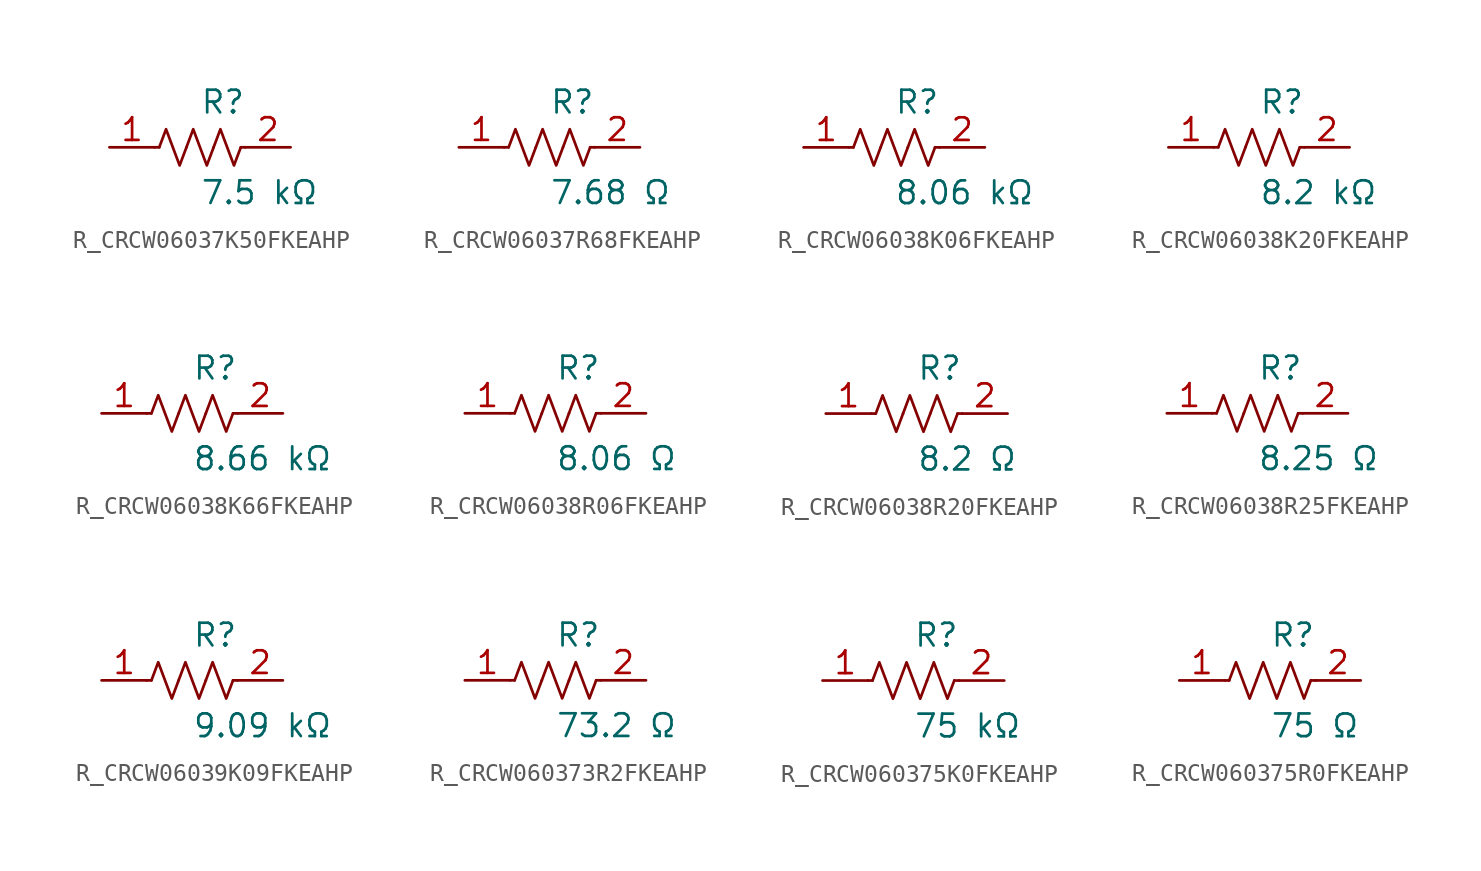
<source format=kicad_sym>
(kicad_symbol_lib
  (version 20231120)
  (generator kicad_symbol_editor)
  (generator_version 8.0)
  (symbol "R_CRCW06037K50FKEAHP"
    (pin_names
      (offset 0.254))
    (property "Reference" "R"
      (at 0.0 2.54 0)
      (effects (font (size 1.27 1.27)) (justify left)))
    (property "Value" "7.5 kΩ"
      (at 0.0 -2.54 0)
      (effects (font (size 1.27 1.27)) (justify left)))
    (symbol "R_CRCW06037K50FKEAHP_0_1"
      (polyline (pts (xy 2.286 0) (xy 2.54 0)) (stroke (width 0) (type default)) (fill (type none)))
      (polyline (pts (xy -2.286 0) (xy -2.54 0)) (stroke (width 0) (type default)) (fill (type none)))
      (polyline (pts (xy 0.762 0) (xy 1.143 1.016) (xy 1.524 0) (xy 1.905 -1.016) (xy 2.286 0)) (stroke (width 0) (type default)) (fill (type none)))
      (polyline (pts (xy -0.762 0) (xy -0.381 1.016) (xy 0 0) (xy 0.381 -1.016) (xy 0.762 0)) (stroke (width 0) (type default)) (fill (type none)))
      (polyline (pts (xy -2.286 0) (xy -1.905 1.016) (xy -1.524 0) (xy -1.143 -1.016) (xy -0.762 0)) (stroke (width 0) (type default)) (fill (type none))))
    (pin unspecified line
      (at -5.08 0 0)
      (length 2.54)
      (name "" (effects (font (size 1.27 1.27))))
      (number "1" (effects (font (size 1.27 1.27)))))
    (pin unspecified line
      (at 5.08 0 180)
      (length 2.54)
      (name "" (effects (font (size 1.27 1.27))))
      (number "2" (effects (font (size 1.27 1.27))))))
  (symbol "R_CRCW06037R68FKEAHP"
    (pin_names
      (offset 0.254))
    (property "Reference" "R"
      (at 0.0 2.54 0)
      (effects (font (size 1.27 1.27)) (justify left)))
    (property "Value" "7.68 Ω"
      (at 0.0 -2.54 0)
      (effects (font (size 1.27 1.27)) (justify left)))
    (symbol "R_CRCW06037R68FKEAHP_0_1"
      (polyline (pts (xy 2.286 0) (xy 2.54 0)) (stroke (width 0) (type default)) (fill (type none)))
      (polyline (pts (xy -2.286 0) (xy -2.54 0)) (stroke (width 0) (type default)) (fill (type none)))
      (polyline (pts (xy 0.762 0) (xy 1.143 1.016) (xy 1.524 0) (xy 1.905 -1.016) (xy 2.286 0)) (stroke (width 0) (type default)) (fill (type none)))
      (polyline (pts (xy -0.762 0) (xy -0.381 1.016) (xy 0 0) (xy 0.381 -1.016) (xy 0.762 0)) (stroke (width 0) (type default)) (fill (type none)))
      (polyline (pts (xy -2.286 0) (xy -1.905 1.016) (xy -1.524 0) (xy -1.143 -1.016) (xy -0.762 0)) (stroke (width 0) (type default)) (fill (type none))))
    (pin unspecified line
      (at -5.08 0 0)
      (length 2.54)
      (name "" (effects (font (size 1.27 1.27))))
      (number "1" (effects (font (size 1.27 1.27)))))
    (pin unspecified line
      (at 5.08 0 180)
      (length 2.54)
      (name "" (effects (font (size 1.27 1.27))))
      (number "2" (effects (font (size 1.27 1.27))))))
  (symbol "R_CRCW06038K06FKEAHP"
    (pin_names
      (offset 0.254))
    (property "Reference" "R"
      (at 0.0 2.54 0)
      (effects (font (size 1.27 1.27)) (justify left)))
    (property "Value" "8.06 kΩ"
      (at 0.0 -2.54 0)
      (effects (font (size 1.27 1.27)) (justify left)))
    (symbol "R_CRCW06038K06FKEAHP_0_1"
      (polyline (pts (xy 2.286 0) (xy 2.54 0)) (stroke (width 0) (type default)) (fill (type none)))
      (polyline (pts (xy -2.286 0) (xy -2.54 0)) (stroke (width 0) (type default)) (fill (type none)))
      (polyline (pts (xy 0.762 0) (xy 1.143 1.016) (xy 1.524 0) (xy 1.905 -1.016) (xy 2.286 0)) (stroke (width 0) (type default)) (fill (type none)))
      (polyline (pts (xy -0.762 0) (xy -0.381 1.016) (xy 0 0) (xy 0.381 -1.016) (xy 0.762 0)) (stroke (width 0) (type default)) (fill (type none)))
      (polyline (pts (xy -2.286 0) (xy -1.905 1.016) (xy -1.524 0) (xy -1.143 -1.016) (xy -0.762 0)) (stroke (width 0) (type default)) (fill (type none))))
    (pin unspecified line
      (at -5.08 0 0)
      (length 2.54)
      (name "" (effects (font (size 1.27 1.27))))
      (number "1" (effects (font (size 1.27 1.27)))))
    (pin unspecified line
      (at 5.08 0 180)
      (length 2.54)
      (name "" (effects (font (size 1.27 1.27))))
      (number "2" (effects (font (size 1.27 1.27))))))
  (symbol "R_CRCW06038K20FKEAHP"
    (pin_names
      (offset 0.254))
    (property "Reference" "R"
      (at 0.0 2.54 0)
      (effects (font (size 1.27 1.27)) (justify left)))
    (property "Value" "8.2 kΩ"
      (at 0.0 -2.54 0)
      (effects (font (size 1.27 1.27)) (justify left)))
    (symbol "R_CRCW06038K20FKEAHP_0_1"
      (polyline (pts (xy 2.286 0) (xy 2.54 0)) (stroke (width 0) (type default)) (fill (type none)))
      (polyline (pts (xy -2.286 0) (xy -2.54 0)) (stroke (width 0) (type default)) (fill (type none)))
      (polyline (pts (xy 0.762 0) (xy 1.143 1.016) (xy 1.524 0) (xy 1.905 -1.016) (xy 2.286 0)) (stroke (width 0) (type default)) (fill (type none)))
      (polyline (pts (xy -0.762 0) (xy -0.381 1.016) (xy 0 0) (xy 0.381 -1.016) (xy 0.762 0)) (stroke (width 0) (type default)) (fill (type none)))
      (polyline (pts (xy -2.286 0) (xy -1.905 1.016) (xy -1.524 0) (xy -1.143 -1.016) (xy -0.762 0)) (stroke (width 0) (type default)) (fill (type none))))
    (pin unspecified line
      (at -5.08 0 0)
      (length 2.54)
      (name "" (effects (font (size 1.27 1.27))))
      (number "1" (effects (font (size 1.27 1.27)))))
    (pin unspecified line
      (at 5.08 0 180)
      (length 2.54)
      (name "" (effects (font (size 1.27 1.27))))
      (number "2" (effects (font (size 1.27 1.27))))))
  (symbol "R_CRCW06038K66FKEAHP"
    (pin_names
      (offset 0.254))
    (property "Reference" "R"
      (at 0.0 2.54 0)
      (effects (font (size 1.27 1.27)) (justify left)))
    (property "Value" "8.66 kΩ"
      (at 0.0 -2.54 0)
      (effects (font (size 1.27 1.27)) (justify left)))
    (symbol "R_CRCW06038K66FKEAHP_0_1"
      (polyline (pts (xy 2.286 0) (xy 2.54 0)) (stroke (width 0) (type default)) (fill (type none)))
      (polyline (pts (xy -2.286 0) (xy -2.54 0)) (stroke (width 0) (type default)) (fill (type none)))
      (polyline (pts (xy 0.762 0) (xy 1.143 1.016) (xy 1.524 0) (xy 1.905 -1.016) (xy 2.286 0)) (stroke (width 0) (type default)) (fill (type none)))
      (polyline (pts (xy -0.762 0) (xy -0.381 1.016) (xy 0 0) (xy 0.381 -1.016) (xy 0.762 0)) (stroke (width 0) (type default)) (fill (type none)))
      (polyline (pts (xy -2.286 0) (xy -1.905 1.016) (xy -1.524 0) (xy -1.143 -1.016) (xy -0.762 0)) (stroke (width 0) (type default)) (fill (type none))))
    (pin unspecified line
      (at -5.08 0 0)
      (length 2.54)
      (name "" (effects (font (size 1.27 1.27))))
      (number "1" (effects (font (size 1.27 1.27)))))
    (pin unspecified line
      (at 5.08 0 180)
      (length 2.54)
      (name "" (effects (font (size 1.27 1.27))))
      (number "2" (effects (font (size 1.27 1.27))))))
  (symbol "R_CRCW06038R06FKEAHP"
    (pin_names
      (offset 0.254))
    (property "Reference" "R"
      (at 0.0 2.54 0)
      (effects (font (size 1.27 1.27)) (justify left)))
    (property "Value" "8.06 Ω"
      (at 0.0 -2.54 0)
      (effects (font (size 1.27 1.27)) (justify left)))
    (symbol "R_CRCW06038R06FKEAHP_0_1"
      (polyline (pts (xy 2.286 0) (xy 2.54 0)) (stroke (width 0) (type default)) (fill (type none)))
      (polyline (pts (xy -2.286 0) (xy -2.54 0)) (stroke (width 0) (type default)) (fill (type none)))
      (polyline (pts (xy 0.762 0) (xy 1.143 1.016) (xy 1.524 0) (xy 1.905 -1.016) (xy 2.286 0)) (stroke (width 0) (type default)) (fill (type none)))
      (polyline (pts (xy -0.762 0) (xy -0.381 1.016) (xy 0 0) (xy 0.381 -1.016) (xy 0.762 0)) (stroke (width 0) (type default)) (fill (type none)))
      (polyline (pts (xy -2.286 0) (xy -1.905 1.016) (xy -1.524 0) (xy -1.143 -1.016) (xy -0.762 0)) (stroke (width 0) (type default)) (fill (type none))))
    (pin unspecified line
      (at -5.08 0 0)
      (length 2.54)
      (name "" (effects (font (size 1.27 1.27))))
      (number "1" (effects (font (size 1.27 1.27)))))
    (pin unspecified line
      (at 5.08 0 180)
      (length 2.54)
      (name "" (effects (font (size 1.27 1.27))))
      (number "2" (effects (font (size 1.27 1.27))))))
  (symbol "R_CRCW06038R20FKEAHP"
    (pin_names
      (offset 0.254))
    (property "Reference" "R"
      (at 0.0 2.54 0)
      (effects (font (size 1.27 1.27)) (justify left)))
    (property "Value" "8.2 Ω"
      (at 0.0 -2.54 0)
      (effects (font (size 1.27 1.27)) (justify left)))
    (symbol "R_CRCW06038R20FKEAHP_0_1"
      (polyline (pts (xy 2.286 0) (xy 2.54 0)) (stroke (width 0) (type default)) (fill (type none)))
      (polyline (pts (xy -2.286 0) (xy -2.54 0)) (stroke (width 0) (type default)) (fill (type none)))
      (polyline (pts (xy 0.762 0) (xy 1.143 1.016) (xy 1.524 0) (xy 1.905 -1.016) (xy 2.286 0)) (stroke (width 0) (type default)) (fill (type none)))
      (polyline (pts (xy -0.762 0) (xy -0.381 1.016) (xy 0 0) (xy 0.381 -1.016) (xy 0.762 0)) (stroke (width 0) (type default)) (fill (type none)))
      (polyline (pts (xy -2.286 0) (xy -1.905 1.016) (xy -1.524 0) (xy -1.143 -1.016) (xy -0.762 0)) (stroke (width 0) (type default)) (fill (type none))))
    (pin unspecified line
      (at -5.08 0 0)
      (length 2.54)
      (name "" (effects (font (size 1.27 1.27))))
      (number "1" (effects (font (size 1.27 1.27)))))
    (pin unspecified line
      (at 5.08 0 180)
      (length 2.54)
      (name "" (effects (font (size 1.27 1.27))))
      (number "2" (effects (font (size 1.27 1.27))))))
  (symbol "R_CRCW06038R25FKEAHP"
    (pin_names
      (offset 0.254))
    (property "Reference" "R"
      (at 0.0 2.54 0)
      (effects (font (size 1.27 1.27)) (justify left)))
    (property "Value" "8.25 Ω"
      (at 0.0 -2.54 0)
      (effects (font (size 1.27 1.27)) (justify left)))
    (symbol "R_CRCW06038R25FKEAHP_0_1"
      (polyline (pts (xy 2.286 0) (xy 2.54 0)) (stroke (width 0) (type default)) (fill (type none)))
      (polyline (pts (xy -2.286 0) (xy -2.54 0)) (stroke (width 0) (type default)) (fill (type none)))
      (polyline (pts (xy 0.762 0) (xy 1.143 1.016) (xy 1.524 0) (xy 1.905 -1.016) (xy 2.286 0)) (stroke (width 0) (type default)) (fill (type none)))
      (polyline (pts (xy -0.762 0) (xy -0.381 1.016) (xy 0 0) (xy 0.381 -1.016) (xy 0.762 0)) (stroke (width 0) (type default)) (fill (type none)))
      (polyline (pts (xy -2.286 0) (xy -1.905 1.016) (xy -1.524 0) (xy -1.143 -1.016) (xy -0.762 0)) (stroke (width 0) (type default)) (fill (type none))))
    (pin unspecified line
      (at -5.08 0 0)
      (length 2.54)
      (name "" (effects (font (size 1.27 1.27))))
      (number "1" (effects (font (size 1.27 1.27)))))
    (pin unspecified line
      (at 5.08 0 180)
      (length 2.54)
      (name "" (effects (font (size 1.27 1.27))))
      (number "2" (effects (font (size 1.27 1.27))))))
  (symbol "R_CRCW06039K09FKEAHP"
    (pin_names
      (offset 0.254))
    (property "Reference" "R"
      (at 0.0 2.54 0)
      (effects (font (size 1.27 1.27)) (justify left)))
    (property "Value" "9.09 kΩ"
      (at 0.0 -2.54 0)
      (effects (font (size 1.27 1.27)) (justify left)))
    (symbol "R_CRCW06039K09FKEAHP_0_1"
      (polyline (pts (xy 2.286 0) (xy 2.54 0)) (stroke (width 0) (type default)) (fill (type none)))
      (polyline (pts (xy -2.286 0) (xy -2.54 0)) (stroke (width 0) (type default)) (fill (type none)))
      (polyline (pts (xy 0.762 0) (xy 1.143 1.016) (xy 1.524 0) (xy 1.905 -1.016) (xy 2.286 0)) (stroke (width 0) (type default)) (fill (type none)))
      (polyline (pts (xy -0.762 0) (xy -0.381 1.016) (xy 0 0) (xy 0.381 -1.016) (xy 0.762 0)) (stroke (width 0) (type default)) (fill (type none)))
      (polyline (pts (xy -2.286 0) (xy -1.905 1.016) (xy -1.524 0) (xy -1.143 -1.016) (xy -0.762 0)) (stroke (width 0) (type default)) (fill (type none))))
    (pin unspecified line
      (at -5.08 0 0)
      (length 2.54)
      (name "" (effects (font (size 1.27 1.27))))
      (number "1" (effects (font (size 1.27 1.27)))))
    (pin unspecified line
      (at 5.08 0 180)
      (length 2.54)
      (name "" (effects (font (size 1.27 1.27))))
      (number "2" (effects (font (size 1.27 1.27))))))
  (symbol "R_CRCW060373R2FKEAHP"
    (pin_names
      (offset 0.254))
    (property "Reference" "R"
      (at 0.0 2.54 0)
      (effects (font (size 1.27 1.27)) (justify left)))
    (property "Value" "73.2 Ω"
      (at 0.0 -2.54 0)
      (effects (font (size 1.27 1.27)) (justify left)))
    (symbol "R_CRCW060373R2FKEAHP_0_1"
      (polyline (pts (xy 2.286 0) (xy 2.54 0)) (stroke (width 0) (type default)) (fill (type none)))
      (polyline (pts (xy -2.286 0) (xy -2.54 0)) (stroke (width 0) (type default)) (fill (type none)))
      (polyline (pts (xy 0.762 0) (xy 1.143 1.016) (xy 1.524 0) (xy 1.905 -1.016) (xy 2.286 0)) (stroke (width 0) (type default)) (fill (type none)))
      (polyline (pts (xy -0.762 0) (xy -0.381 1.016) (xy 0 0) (xy 0.381 -1.016) (xy 0.762 0)) (stroke (width 0) (type default)) (fill (type none)))
      (polyline (pts (xy -2.286 0) (xy -1.905 1.016) (xy -1.524 0) (xy -1.143 -1.016) (xy -0.762 0)) (stroke (width 0) (type default)) (fill (type none))))
    (pin unspecified line
      (at -5.08 0 0)
      (length 2.54)
      (name "" (effects (font (size 1.27 1.27))))
      (number "1" (effects (font (size 1.27 1.27)))))
    (pin unspecified line
      (at 5.08 0 180)
      (length 2.54)
      (name "" (effects (font (size 1.27 1.27))))
      (number "2" (effects (font (size 1.27 1.27))))))
  (symbol "R_CRCW060375K0FKEAHP"
    (pin_names
      (offset 0.254))
    (property "Reference" "R"
      (at 0.0 2.54 0)
      (effects (font (size 1.27 1.27)) (justify left)))
    (property "Value" "75 kΩ"
      (at 0.0 -2.54 0)
      (effects (font (size 1.27 1.27)) (justify left)))
    (symbol "R_CRCW060375K0FKEAHP_0_1"
      (polyline (pts (xy 2.286 0) (xy 2.54 0)) (stroke (width 0) (type default)) (fill (type none)))
      (polyline (pts (xy -2.286 0) (xy -2.54 0)) (stroke (width 0) (type default)) (fill (type none)))
      (polyline (pts (xy 0.762 0) (xy 1.143 1.016) (xy 1.524 0) (xy 1.905 -1.016) (xy 2.286 0)) (stroke (width 0) (type default)) (fill (type none)))
      (polyline (pts (xy -0.762 0) (xy -0.381 1.016) (xy 0 0) (xy 0.381 -1.016) (xy 0.762 0)) (stroke (width 0) (type default)) (fill (type none)))
      (polyline (pts (xy -2.286 0) (xy -1.905 1.016) (xy -1.524 0) (xy -1.143 -1.016) (xy -0.762 0)) (stroke (width 0) (type default)) (fill (type none))))
    (pin unspecified line
      (at -5.08 0 0)
      (length 2.54)
      (name "" (effects (font (size 1.27 1.27))))
      (number "1" (effects (font (size 1.27 1.27)))))
    (pin unspecified line
      (at 5.08 0 180)
      (length 2.54)
      (name "" (effects (font (size 1.27 1.27))))
      (number "2" (effects (font (size 1.27 1.27))))))
  (symbol "R_CRCW060375R0FKEAHP"
    (pin_names
      (offset 0.254))
    (property "Reference" "R"
      (at 0.0 2.54 0)
      (effects (font (size 1.27 1.27)) (justify left)))
    (property "Value" "75 Ω"
      (at 0.0 -2.54 0)
      (effects (font (size 1.27 1.27)) (justify left)))
    (symbol "R_CRCW060375R0FKEAHP_0_1"
      (polyline (pts (xy 2.286 0) (xy 2.54 0)) (stroke (width 0) (type default)) (fill (type none)))
      (polyline (pts (xy -2.286 0) (xy -2.54 0)) (stroke (width 0) (type default)) (fill (type none)))
      (polyline (pts (xy 0.762 0) (xy 1.143 1.016) (xy 1.524 0) (xy 1.905 -1.016) (xy 2.286 0)) (stroke (width 0) (type default)) (fill (type none)))
      (polyline (pts (xy -0.762 0) (xy -0.381 1.016) (xy 0 0) (xy 0.381 -1.016) (xy 0.762 0)) (stroke (width 0) (type default)) (fill (type none)))
      (polyline (pts (xy -2.286 0) (xy -1.905 1.016) (xy -1.524 0) (xy -1.143 -1.016) (xy -0.762 0)) (stroke (width 0) (type default)) (fill (type none))))
    (pin unspecified line
      (at -5.08 0 0)
      (length 2.54)
      (name "" (effects (font (size 1.27 1.27))))
      (number "1" (effects (font (size 1.27 1.27)))))
    (pin unspecified line
      (at 5.08 0 180)
      (length 2.54)
      (name "" (effects (font (size 1.27 1.27))))
      (number "2" (effects (font (size 1.27 1.27)))))))
</source>
